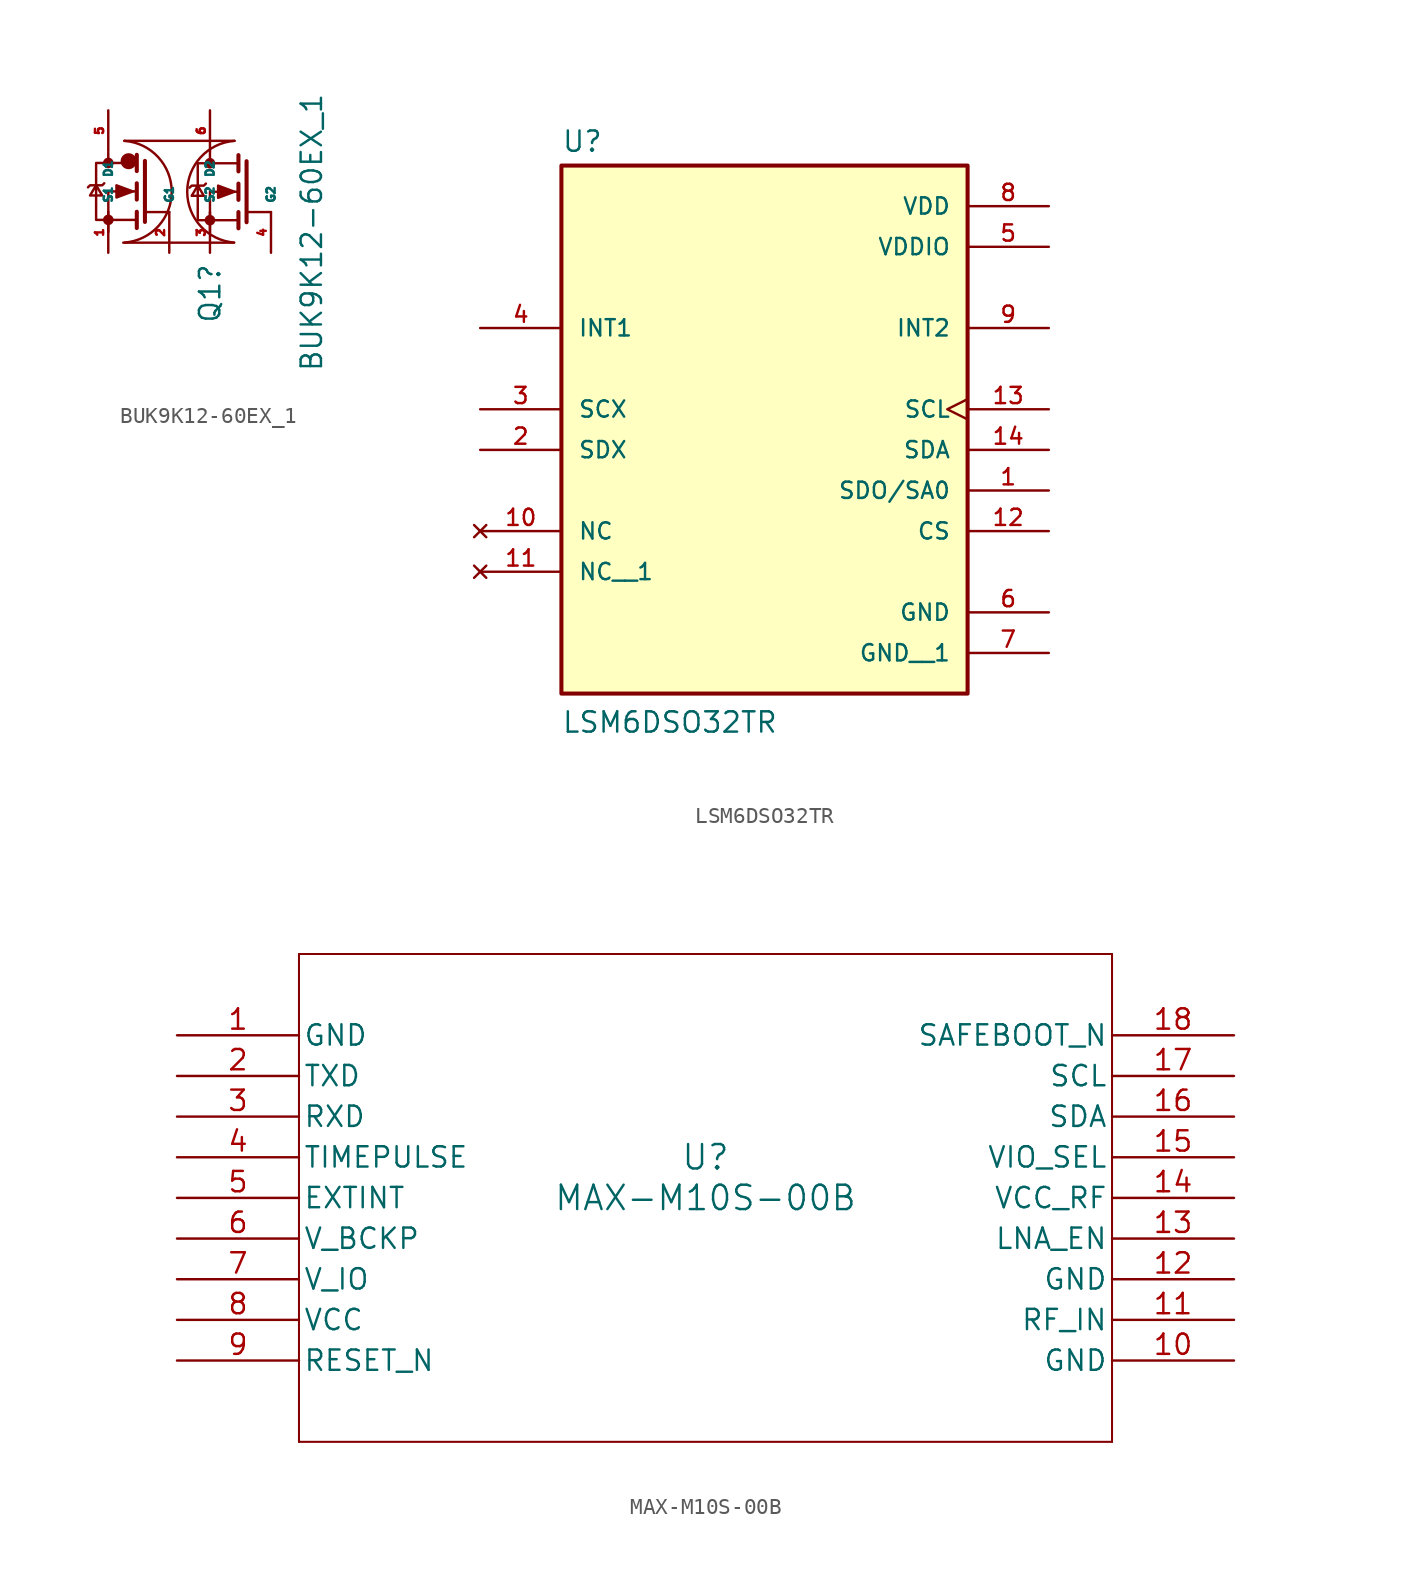
<source format=kicad_sym>
(kicad_symbol_lib
  (version 20211014)
  (generator kicad_symbol_editor)
  (symbol "BUK9K12-60EX_1"
    (property "Reference" "Q1"
      (at 1.27 -5.08 90)
      (effects (font (size 1.27 1.27))))
    (property "Value" "BUK9K12-60EX_1"
      (at 7.62 -1.27 90)
      (effects (font (size 1.27 1.27))))
    (symbol "BUK9K12-60EX_1_0_1"
      (circle (center -5.077 -0.488) (radius 0.254) (stroke (width 0) (type default) (color 0 0 0 0)) (fill (type outline)))
      (circle (center -5.077 3.067) (radius 0.254) (stroke (width 0) (type default) (color 0 0 0 0)) (fill (type outline)))
      (arc (start -4.0571 -1.905) (mid -0.6254 1.27) (end -4.0571 4.445) (stroke (width 0) (type default) (color 0 0 0 0)) (fill (type none)))
      (arc (start -3.81 3.175) (mid -3.81 3.175) (end -3.81 3.175) (stroke (width 1) (type default) (color 0 0 0 0)) (fill (type none)))
      (polyline (pts (xy -5.08 3.723) (xy -5.08 2.961)) (stroke (width 0) (type default) (color 0 0 0 0)) (fill (type none)))
      (polyline (pts (xy -3.299 0.019) (xy -3.299 -0.997)) (stroke (width 0.254) (type default) (color 0 0 0 0)) (fill (type none)))
      (polyline (pts (xy -3.299 1.798) (xy -3.299 0.781)) (stroke (width 0.254) (type default) (color 0 0 0 0)) (fill (type none)))
      (polyline (pts (xy -3.299 3.575) (xy -3.299 2.559)) (stroke (width 0.254) (type default) (color 0 0 0 0)) (fill (type none)))
      (polyline (pts (xy -2.791 3.195) (xy -2.791 -0.616)) (stroke (width 0.254) (type default) (color 0 0 0 0)) (fill (type none)))
      (polyline (pts (xy -2.709 0) (xy -1.27 0)) (stroke (width 0) (type default) (color 0 0 0 0)) (fill (type none)))
      (polyline (pts (xy 1.27 3.81) (xy 1.27 3.048)) (stroke (width 0) (type default) (color 0 0 0 0)) (fill (type none)))
      (polyline (pts (xy 2.751 -1.91) (xy -4.145 -1.91)) (stroke (width 0) (type default) (color 0 0 0 0)) (fill (type none)))
      (polyline (pts (xy 2.812 4.447) (xy -4.085 4.447)) (stroke (width 0) (type default) (color 0 0 0 0)) (fill (type none)))
      (polyline (pts (xy 3.048 0) (xy 3.048 -1.016)) (stroke (width 0.254) (type default) (color 0 0 0 0)) (fill (type none)))
      (polyline (pts (xy 3.048 1.778) (xy 3.048 0.762)) (stroke (width 0.254) (type default) (color 0 0 0 0)) (fill (type none)))
      (polyline (pts (xy 3.048 3.556) (xy 3.048 2.54)) (stroke (width 0.254) (type default) (color 0 0 0 0)) (fill (type none)))
      (polyline (pts (xy 3.556 3.175) (xy 3.556 -0.635)) (stroke (width 0.254) (type default) (color 0 0 0 0)) (fill (type none)))
      (polyline (pts (xy 3.615 0.0001) (xy 5.08 0)) (stroke (width 0) (type default) (color 0 0 0 0)) (fill (type none)))
      (polyline (pts (xy -5.077 -1.25) (xy -5.077 1.29) (xy -3.299 1.29)) (stroke (width 0) (type default) (color 0 0 0 0)) (fill (type none)))
      (polyline (pts (xy 1.27 -1.27) (xy 1.27 1.27) (xy 3.048 1.27)) (stroke (width 0) (type default) (color 0 0 0 0)) (fill (type none)))
      (polyline (pts (xy -5.839 1.671) (xy -5.458 1.036) (xy -6.22 1.036) (xy -5.839 1.671)) (stroke (width 0) (type default) (color 0 0 0 0)) (fill (type none)))
      (polyline (pts (xy -5.331 1.798) (xy -5.458 1.671) (xy -6.22 1.671) (xy -6.347 1.544)) (stroke (width 0) (type default) (color 0 0 0 0)) (fill (type none)))
      (polyline (pts (xy -3.553 1.29) (xy -4.569 1.671) (xy -4.569 0.908) (xy -3.553 1.29)) (stroke (width 0) (type default) (color 0 0 0 0)) (fill (type outline)))
      (polyline (pts (xy -3.299 -0.488) (xy -5.839 -0.488) (xy -5.839 3.067) (xy -3.299 3.067)) (stroke (width 0) (type default) (color 0 0 0 0)) (fill (type none)))
      (polyline (pts (xy 0.508 1.651) (xy 0.889 1.016) (xy 0.127 1.016) (xy 0.508 1.651)) (stroke (width 0) (type default) (color 0 0 0 0)) (fill (type none)))
      (polyline (pts (xy 1.016 1.778) (xy 0.889 1.651) (xy 0.127 1.651) (xy 0 1.524)) (stroke (width 0) (type default) (color 0 0 0 0)) (fill (type none)))
      (polyline (pts (xy 2.794 1.27) (xy 1.778 1.651) (xy 1.778 0.889) (xy 2.794 1.27)) (stroke (width 0) (type default) (color 0 0 0 0)) (fill (type outline)))
      (polyline (pts (xy 3.048 -0.508) (xy 0.508 -0.508) (xy 0.508 3.048) (xy 3.048 3.048)) (stroke (width 0) (type default) (color 0 0 0 0)) (fill (type none)))
      (circle (center 1.27 -0.508) (radius 0.254) (stroke (width 0) (type default) (color 0 0 0 0)) (fill (type outline)))
      (circle (center 1.27 3.048) (radius 0.254) (stroke (width 0) (type default) (color 0 0 0 0)) (fill (type outline)))
      (arc (start 2.7871 4.445) (mid -0.6446 1.27) (end 2.7871 -1.905) (stroke (width 0) (type default) (color 0 0 0 0)) (fill (type none))))
    (symbol "BUK9K12-60EX_1_1_1"
      (pin passive line (at -5.08 -2.54 90) (length 2.54) (name "S1" (effects (font (size 0.508 0.508)))) (number "1" (effects (font (size 0.508 0.508)))))
      (pin passive line (at -1.27 -2.54 90) (length 2.54) (name "G1" (effects (font (size 0.508 0.508)))) (number "2" (effects (font (size 0.508 0.508)))))
      (pin passive line (at 1.27 -2.54 90) (length 2.54) (name "S2" (effects (font (size 0.508 0.508)))) (number "3" (effects (font (size 0.508 0.508)))))
      (pin passive line (at 5.08 -2.54 90) (length 2.54) (name "G2" (effects (font (size 0.508 0.508)))) (number "4" (effects (font (size 0.508 0.508)))))
      (pin passive line (at -5.08 6.35 270) (length 2.54) (name "D1" (effects (font (size 0.508 0.508)))) (number "5" (effects (font (size 0.508 0.508)))))
      (pin passive line (at 1.27 6.35 270) (length 2.54) (name "D2" (effects (font (size 0.508 0.508)))) (number "6" (effects (font (size 0.508 0.508)))))))
  (symbol "LSM6DSO32TR"
    (pin_names
      (offset 1.016))
    (property "Reference" "U"
      (at -12.7 16.002 0)
      (effects (font (size 1.27 1.27)) (justify left bottom)))
    (property "Value" "LSM6DSO32TR"
      (at -12.7 -20.32 0)
      (effects (font (size 1.27 1.27)) (justify left bottom)))
    (symbol "LSM6DSO32TR_0_0"
      (rectangle (start -12.7 -17.78) (end 12.7 15.24) (stroke (width 0.254) (type default) (color 0 0 0 0)) (fill (type background)))
      (pin bidirectional line (at 17.78 -5.08 180) (length 5.08) (name "SDO/SA0" (effects (font (size 1.016 1.016)))) (number "1" (effects (font (size 1.016 1.016)))))
      (pin no_connect line (at -17.78 -7.62 0) (length 5.08) (name "NC" (effects (font (size 1.016 1.016)))) (number "10" (effects (font (size 1.016 1.016)))))
      (pin no_connect line (at -17.78 -10.16 0) (length 5.08) (name "NC__1" (effects (font (size 1.016 1.016)))) (number "11" (effects (font (size 1.016 1.016)))))
      (pin input line (at 17.78 -7.62 180) (length 5.08) (name "CS" (effects (font (size 1.016 1.016)))) (number "12" (effects (font (size 1.016 1.016)))))
      (pin input clock (at 17.78 0 180) (length 5.08) (name "SCL" (effects (font (size 1.016 1.016)))) (number "13" (effects (font (size 1.016 1.016)))))
      (pin bidirectional line (at 17.78 -2.54 180) (length 5.08) (name "SDA" (effects (font (size 1.016 1.016)))) (number "14" (effects (font (size 1.016 1.016)))))
      (pin passive line (at -17.78 -2.54 0) (length 5.08) (name "SDX" (effects (font (size 1.016 1.016)))) (number "2" (effects (font (size 1.016 1.016)))))
      (pin passive line (at -17.78 0 0) (length 5.08) (name "SCX" (effects (font (size 1.016 1.016)))) (number "3" (effects (font (size 1.016 1.016)))))
      (pin input line (at -17.78 5.08 0) (length 5.08) (name "INT1" (effects (font (size 1.016 1.016)))) (number "4" (effects (font (size 1.016 1.016)))))
      (pin power_in line (at 17.78 10.16 180) (length 5.08) (name "VDDIO" (effects (font (size 1.016 1.016)))) (number "5" (effects (font (size 1.016 1.016)))))
      (pin power_in line (at 17.78 -12.7 180) (length 5.08) (name "GND" (effects (font (size 1.016 1.016)))) (number "6" (effects (font (size 1.016 1.016)))))
      (pin power_in line (at 17.78 -15.24 180) (length 5.08) (name "GND__1" (effects (font (size 1.016 1.016)))) (number "7" (effects (font (size 1.016 1.016)))))
      (pin power_in line (at 17.78 12.7 180) (length 5.08) (name "VDD" (effects (font (size 1.016 1.016)))) (number "8" (effects (font (size 1.016 1.016)))))
      (pin output line (at 17.78 5.08 180) (length 5.08) (name "INT2" (effects (font (size 1.016 1.016)))) (number "9" (effects (font (size 1.016 1.016)))))))
  (symbol "MAX-M10S-00B"
    (pin_names
      (offset 0.254))
    (property "Reference" "U"
      (at 33.02 -7.62 0)
      (effects (font (size 1.524 1.524))))
    (property "Value" "MAX-M10S-00B"
      (at 33.02 -10.16 0)
      (effects (font (size 1.524 1.524))))
    (symbol "MAX-M10S-00B_0_1"
      (polyline (pts (xy 7.62 -25.4) (xy 58.42 -25.4)) (stroke (width 0.127) (type default) (color 0 0 0 0)) (fill (type none)))
      (polyline (pts (xy 7.62 5.08) (xy 7.62 -25.4)) (stroke (width 0.127) (type default) (color 0 0 0 0)) (fill (type none)))
      (polyline (pts (xy 58.42 -25.4) (xy 58.42 5.08)) (stroke (width 0.127) (type default) (color 0 0 0 0)) (fill (type none)))
      (polyline (pts (xy 58.42 5.08) (xy 7.62 5.08)) (stroke (width 0.127) (type default) (color 0 0 0 0)) (fill (type none)))
      (pin power_out line (at 0 0 0) (length 7.62) (name "GND" (effects (font (size 1.27 1.27)))) (number "1" (effects (font (size 1.27 1.27)))))
      (pin power_out line (at 66.04 -20.32 180) (length 7.62) (name "GND" (effects (font (size 1.27 1.27)))) (number "10" (effects (font (size 1.27 1.27)))))
      (pin input line (at 66.04 -17.78 180) (length 7.62) (name "RF_IN" (effects (font (size 1.27 1.27)))) (number "11" (effects (font (size 1.27 1.27)))))
      (pin power_out line (at 66.04 -15.24 180) (length 7.62) (name "GND" (effects (font (size 1.27 1.27)))) (number "12" (effects (font (size 1.27 1.27)))))
      (pin output line (at 66.04 -12.7 180) (length 7.62) (name "LNA_EN" (effects (font (size 1.27 1.27)))) (number "13" (effects (font (size 1.27 1.27)))))
      (pin output line (at 66.04 -10.16 180) (length 7.62) (name "VCC_RF" (effects (font (size 1.27 1.27)))) (number "14" (effects (font (size 1.27 1.27)))))
      (pin input line (at 66.04 -7.62 180) (length 7.62) (name "VIO_SEL" (effects (font (size 1.27 1.27)))) (number "15" (effects (font (size 1.27 1.27)))))
      (pin bidirectional line (at 66.04 -5.08 180) (length 7.62) (name "SDA" (effects (font (size 1.27 1.27)))) (number "16" (effects (font (size 1.27 1.27)))))
      (pin input line (at 66.04 -2.54 180) (length 7.62) (name "SCL" (effects (font (size 1.27 1.27)))) (number "17" (effects (font (size 1.27 1.27)))))
      (pin input line (at 66.04 0 180) (length 7.62) (name "SAFEBOOT_N" (effects (font (size 1.27 1.27)))) (number "18" (effects (font (size 1.27 1.27)))))
      (pin output line (at 0 -2.54 0) (length 7.62) (name "TXD" (effects (font (size 1.27 1.27)))) (number "2" (effects (font (size 1.27 1.27)))))
      (pin input line (at 0 -5.08 0) (length 7.62) (name "RXD" (effects (font (size 1.27 1.27)))) (number "3" (effects (font (size 1.27 1.27)))))
      (pin output line (at 0 -7.62 0) (length 7.62) (name "TIMEPULSE" (effects (font (size 1.27 1.27)))) (number "4" (effects (font (size 1.27 1.27)))))
      (pin input line (at 0 -10.16 0) (length 7.62) (name "EXTINT" (effects (font (size 1.27 1.27)))) (number "5" (effects (font (size 1.27 1.27)))))
      (pin power_in line (at 0 -12.7 0) (length 7.62) (name "V_BCKP" (effects (font (size 1.27 1.27)))) (number "6" (effects (font (size 1.27 1.27)))))
      (pin power_in line (at 0 -15.24 0) (length 7.62) (name "V_IO" (effects (font (size 1.27 1.27)))) (number "7" (effects (font (size 1.27 1.27)))))
      (pin power_in line (at 0 -17.78 0) (length 7.62) (name "VCC" (effects (font (size 1.27 1.27)))) (number "8" (effects (font (size 1.27 1.27)))))
      (pin input line (at 0 -20.32 0) (length 7.62) (name "RESET_N" (effects (font (size 1.27 1.27)))) (number "9" (effects (font (size 1.27 1.27))))))))
</source>
